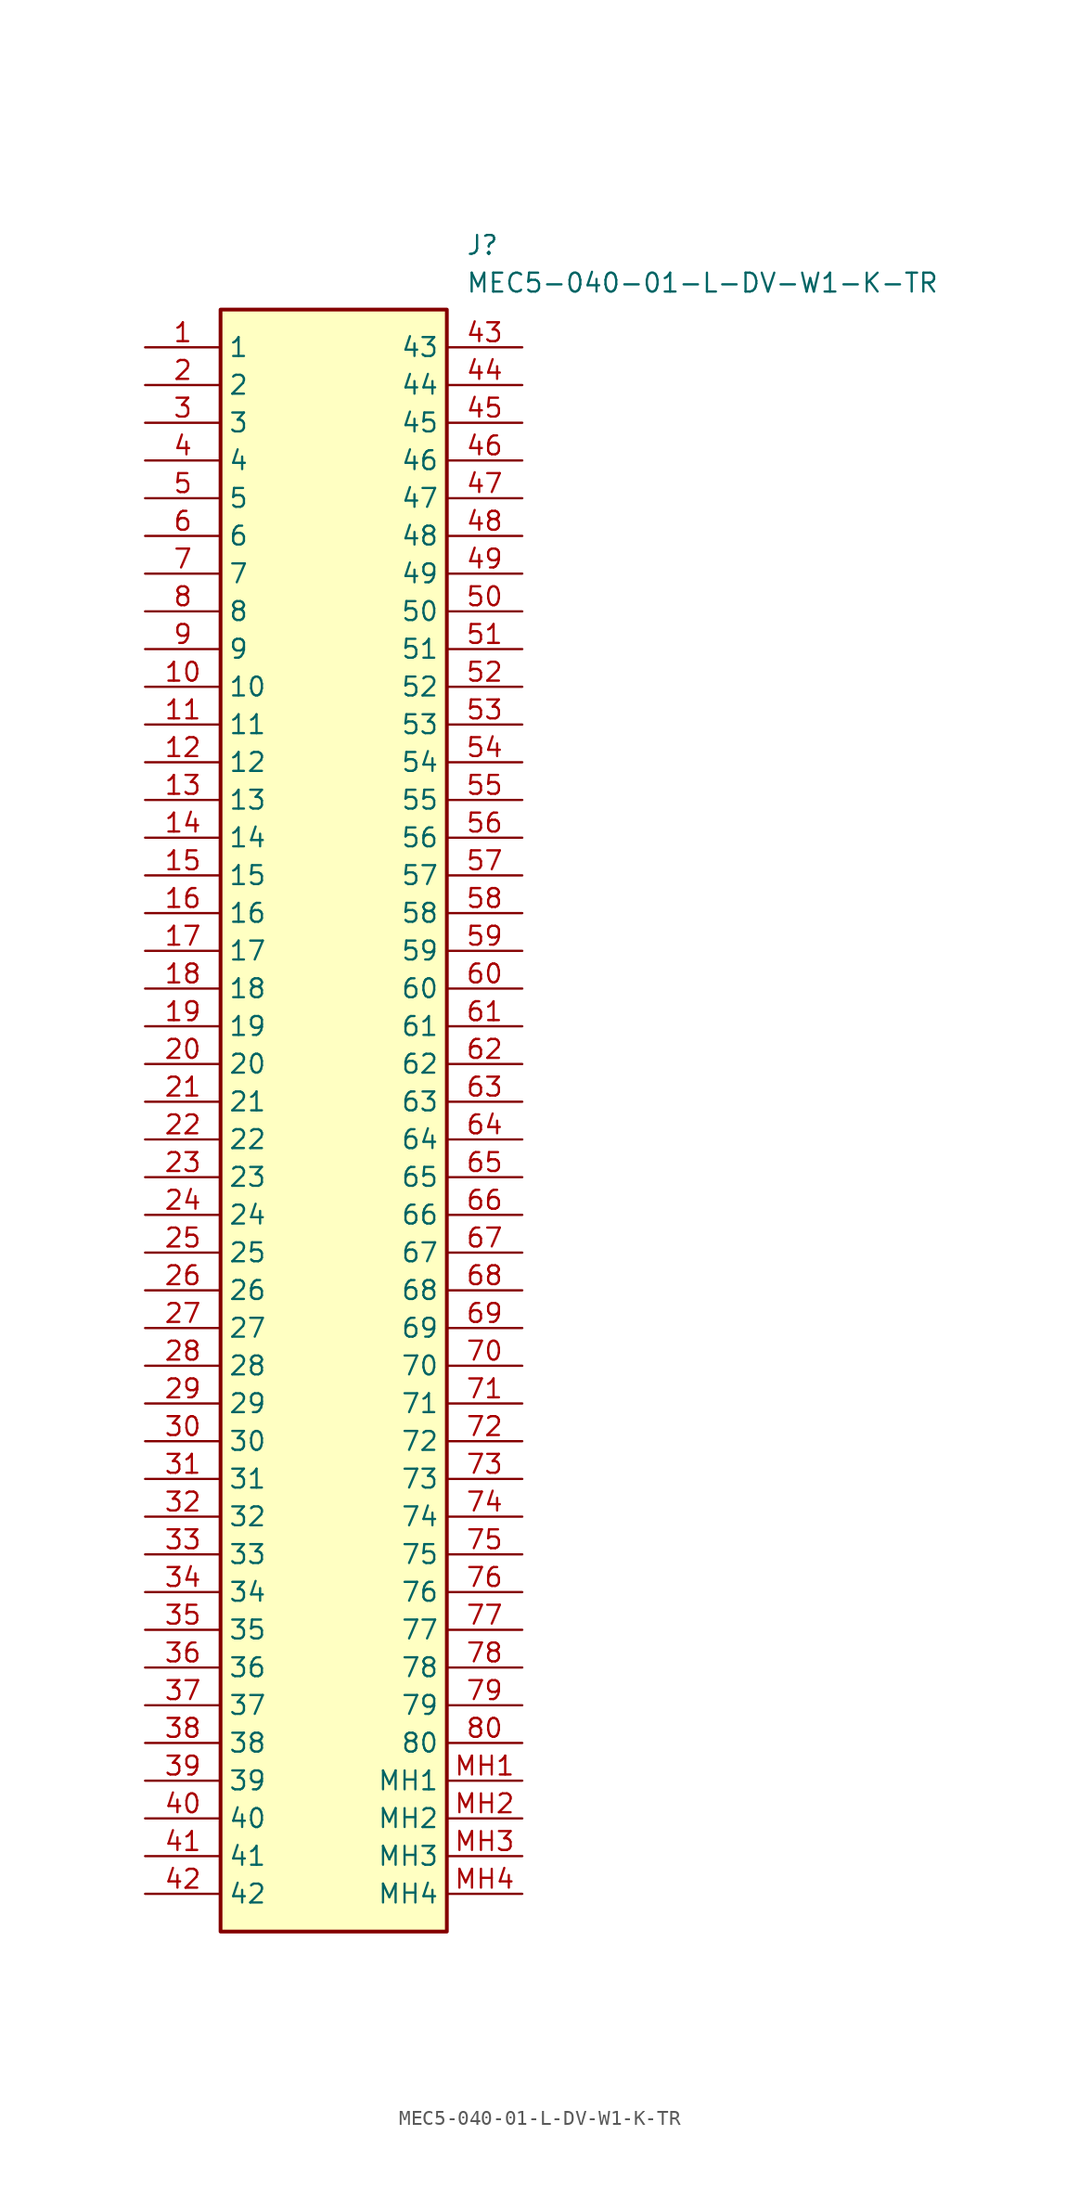
<source format=kicad_sym>
(kicad_symbol_lib
  (version 20211014)
  (generator SamacSys_ECAD_Model)
  (symbol "MEC5-040-01-L-DV-W1-K-TR"
    (property "Reference" "J"
      (at 21.59 7.62 0)
      (effects (font (size 1.27 1.27)) (justify left top)))
    (property "Value" "MEC5-040-01-L-DV-W1-K-TR"
      (at 21.59 5.08 0)
      (effects (font (size 1.27 1.27)) (justify left top)))
    (rectangle
      (start 5.08 2.54)
      (end 20.32 -106.68)
      (stroke (width 0.254) (type default))
      (fill (type background)))
    (pin passive line
      (at 0 0 0)
      (length 5.08)
      (name "1" (effects (font (size 1.27 1.27))))
      (number "1" (effects (font (size 1.27 1.27)))))
    (pin passive line
      (at 0 -2.54 0)
      (length 5.08)
      (name "2" (effects (font (size 1.27 1.27))))
      (number "2" (effects (font (size 1.27 1.27)))))
    (pin passive line
      (at 0 -5.08 0)
      (length 5.08)
      (name "3" (effects (font (size 1.27 1.27))))
      (number "3" (effects (font (size 1.27 1.27)))))
    (pin passive line
      (at 0 -7.62 0)
      (length 5.08)
      (name "4" (effects (font (size 1.27 1.27))))
      (number "4" (effects (font (size 1.27 1.27)))))
    (pin passive line
      (at 0 -10.16 0)
      (length 5.08)
      (name "5" (effects (font (size 1.27 1.27))))
      (number "5" (effects (font (size 1.27 1.27)))))
    (pin passive line
      (at 0 -12.7 0)
      (length 5.08)
      (name "6" (effects (font (size 1.27 1.27))))
      (number "6" (effects (font (size 1.27 1.27)))))
    (pin passive line
      (at 0 -15.24 0)
      (length 5.08)
      (name "7" (effects (font (size 1.27 1.27))))
      (number "7" (effects (font (size 1.27 1.27)))))
    (pin passive line
      (at 0 -17.78 0)
      (length 5.08)
      (name "8" (effects (font (size 1.27 1.27))))
      (number "8" (effects (font (size 1.27 1.27)))))
    (pin passive line
      (at 0 -20.32 0)
      (length 5.08)
      (name "9" (effects (font (size 1.27 1.27))))
      (number "9" (effects (font (size 1.27 1.27)))))
    (pin passive line
      (at 0 -22.86 0)
      (length 5.08)
      (name "10" (effects (font (size 1.27 1.27))))
      (number "10" (effects (font (size 1.27 1.27)))))
    (pin passive line
      (at 0 -25.4 0)
      (length 5.08)
      (name "11" (effects (font (size 1.27 1.27))))
      (number "11" (effects (font (size 1.27 1.27)))))
    (pin passive line
      (at 0 -27.94 0)
      (length 5.08)
      (name "12" (effects (font (size 1.27 1.27))))
      (number "12" (effects (font (size 1.27 1.27)))))
    (pin passive line
      (at 0 -30.48 0)
      (length 5.08)
      (name "13" (effects (font (size 1.27 1.27))))
      (number "13" (effects (font (size 1.27 1.27)))))
    (pin passive line
      (at 0 -33.02 0)
      (length 5.08)
      (name "14" (effects (font (size 1.27 1.27))))
      (number "14" (effects (font (size 1.27 1.27)))))
    (pin passive line
      (at 0 -35.56 0)
      (length 5.08)
      (name "15" (effects (font (size 1.27 1.27))))
      (number "15" (effects (font (size 1.27 1.27)))))
    (pin passive line
      (at 0 -38.1 0)
      (length 5.08)
      (name "16" (effects (font (size 1.27 1.27))))
      (number "16" (effects (font (size 1.27 1.27)))))
    (pin passive line
      (at 0 -40.64 0)
      (length 5.08)
      (name "17" (effects (font (size 1.27 1.27))))
      (number "17" (effects (font (size 1.27 1.27)))))
    (pin passive line
      (at 0 -43.18 0)
      (length 5.08)
      (name "18" (effects (font (size 1.27 1.27))))
      (number "18" (effects (font (size 1.27 1.27)))))
    (pin passive line
      (at 0 -45.72 0)
      (length 5.08)
      (name "19" (effects (font (size 1.27 1.27))))
      (number "19" (effects (font (size 1.27 1.27)))))
    (pin passive line
      (at 0 -48.26 0)
      (length 5.08)
      (name "20" (effects (font (size 1.27 1.27))))
      (number "20" (effects (font (size 1.27 1.27)))))
    (pin passive line
      (at 0 -50.8 0)
      (length 5.08)
      (name "21" (effects (font (size 1.27 1.27))))
      (number "21" (effects (font (size 1.27 1.27)))))
    (pin passive line
      (at 0 -53.34 0)
      (length 5.08)
      (name "22" (effects (font (size 1.27 1.27))))
      (number "22" (effects (font (size 1.27 1.27)))))
    (pin passive line
      (at 0 -55.88 0)
      (length 5.08)
      (name "23" (effects (font (size 1.27 1.27))))
      (number "23" (effects (font (size 1.27 1.27)))))
    (pin passive line
      (at 0 -58.42 0)
      (length 5.08)
      (name "24" (effects (font (size 1.27 1.27))))
      (number "24" (effects (font (size 1.27 1.27)))))
    (pin passive line
      (at 0 -60.96 0)
      (length 5.08)
      (name "25" (effects (font (size 1.27 1.27))))
      (number "25" (effects (font (size 1.27 1.27)))))
    (pin passive line
      (at 0 -63.5 0)
      (length 5.08)
      (name "26" (effects (font (size 1.27 1.27))))
      (number "26" (effects (font (size 1.27 1.27)))))
    (pin passive line
      (at 0 -66.04 0)
      (length 5.08)
      (name "27" (effects (font (size 1.27 1.27))))
      (number "27" (effects (font (size 1.27 1.27)))))
    (pin passive line
      (at 0 -68.58 0)
      (length 5.08)
      (name "28" (effects (font (size 1.27 1.27))))
      (number "28" (effects (font (size 1.27 1.27)))))
    (pin passive line
      (at 0 -71.12 0)
      (length 5.08)
      (name "29" (effects (font (size 1.27 1.27))))
      (number "29" (effects (font (size 1.27 1.27)))))
    (pin passive line
      (at 0 -73.66 0)
      (length 5.08)
      (name "30" (effects (font (size 1.27 1.27))))
      (number "30" (effects (font (size 1.27 1.27)))))
    (pin passive line
      (at 0 -76.2 0)
      (length 5.08)
      (name "31" (effects (font (size 1.27 1.27))))
      (number "31" (effects (font (size 1.27 1.27)))))
    (pin passive line
      (at 0 -78.74 0)
      (length 5.08)
      (name "32" (effects (font (size 1.27 1.27))))
      (number "32" (effects (font (size 1.27 1.27)))))
    (pin passive line
      (at 0 -81.28 0)
      (length 5.08)
      (name "33" (effects (font (size 1.27 1.27))))
      (number "33" (effects (font (size 1.27 1.27)))))
    (pin passive line
      (at 0 -83.82 0)
      (length 5.08)
      (name "34" (effects (font (size 1.27 1.27))))
      (number "34" (effects (font (size 1.27 1.27)))))
    (pin passive line
      (at 0 -86.36 0)
      (length 5.08)
      (name "35" (effects (font (size 1.27 1.27))))
      (number "35" (effects (font (size 1.27 1.27)))))
    (pin passive line
      (at 0 -88.9 0)
      (length 5.08)
      (name "36" (effects (font (size 1.27 1.27))))
      (number "36" (effects (font (size 1.27 1.27)))))
    (pin passive line
      (at 0 -91.44 0)
      (length 5.08)
      (name "37" (effects (font (size 1.27 1.27))))
      (number "37" (effects (font (size 1.27 1.27)))))
    (pin passive line
      (at 0 -93.98 0)
      (length 5.08)
      (name "38" (effects (font (size 1.27 1.27))))
      (number "38" (effects (font (size 1.27 1.27)))))
    (pin passive line
      (at 0 -96.52 0)
      (length 5.08)
      (name "39" (effects (font (size 1.27 1.27))))
      (number "39" (effects (font (size 1.27 1.27)))))
    (pin passive line
      (at 0 -99.06 0)
      (length 5.08)
      (name "40" (effects (font (size 1.27 1.27))))
      (number "40" (effects (font (size 1.27 1.27)))))
    (pin passive line
      (at 0 -101.6 0)
      (length 5.08)
      (name "41" (effects (font (size 1.27 1.27))))
      (number "41" (effects (font (size 1.27 1.27)))))
    (pin passive line
      (at 0 -104.14 0)
      (length 5.08)
      (name "42" (effects (font (size 1.27 1.27))))
      (number "42" (effects (font (size 1.27 1.27)))))
    (pin passive line
      (at 25.4 0 180)
      (length 5.08)
      (name "43" (effects (font (size 1.27 1.27))))
      (number "43" (effects (font (size 1.27 1.27)))))
    (pin passive line
      (at 25.4 -2.54 180)
      (length 5.08)
      (name "44" (effects (font (size 1.27 1.27))))
      (number "44" (effects (font (size 1.27 1.27)))))
    (pin passive line
      (at 25.4 -5.08 180)
      (length 5.08)
      (name "45" (effects (font (size 1.27 1.27))))
      (number "45" (effects (font (size 1.27 1.27)))))
    (pin passive line
      (at 25.4 -7.62 180)
      (length 5.08)
      (name "46" (effects (font (size 1.27 1.27))))
      (number "46" (effects (font (size 1.27 1.27)))))
    (pin passive line
      (at 25.4 -10.16 180)
      (length 5.08)
      (name "47" (effects (font (size 1.27 1.27))))
      (number "47" (effects (font (size 1.27 1.27)))))
    (pin passive line
      (at 25.4 -12.7 180)
      (length 5.08)
      (name "48" (effects (font (size 1.27 1.27))))
      (number "48" (effects (font (size 1.27 1.27)))))
    (pin passive line
      (at 25.4 -15.24 180)
      (length 5.08)
      (name "49" (effects (font (size 1.27 1.27))))
      (number "49" (effects (font (size 1.27 1.27)))))
    (pin passive line
      (at 25.4 -17.78 180)
      (length 5.08)
      (name "50" (effects (font (size 1.27 1.27))))
      (number "50" (effects (font (size 1.27 1.27)))))
    (pin passive line
      (at 25.4 -20.32 180)
      (length 5.08)
      (name "51" (effects (font (size 1.27 1.27))))
      (number "51" (effects (font (size 1.27 1.27)))))
    (pin passive line
      (at 25.4 -22.86 180)
      (length 5.08)
      (name "52" (effects (font (size 1.27 1.27))))
      (number "52" (effects (font (size 1.27 1.27)))))
    (pin passive line
      (at 25.4 -25.4 180)
      (length 5.08)
      (name "53" (effects (font (size 1.27 1.27))))
      (number "53" (effects (font (size 1.27 1.27)))))
    (pin passive line
      (at 25.4 -27.94 180)
      (length 5.08)
      (name "54" (effects (font (size 1.27 1.27))))
      (number "54" (effects (font (size 1.27 1.27)))))
    (pin passive line
      (at 25.4 -30.48 180)
      (length 5.08)
      (name "55" (effects (font (size 1.27 1.27))))
      (number "55" (effects (font (size 1.27 1.27)))))
    (pin passive line
      (at 25.4 -33.02 180)
      (length 5.08)
      (name "56" (effects (font (size 1.27 1.27))))
      (number "56" (effects (font (size 1.27 1.27)))))
    (pin passive line
      (at 25.4 -35.56 180)
      (length 5.08)
      (name "57" (effects (font (size 1.27 1.27))))
      (number "57" (effects (font (size 1.27 1.27)))))
    (pin passive line
      (at 25.4 -38.1 180)
      (length 5.08)
      (name "58" (effects (font (size 1.27 1.27))))
      (number "58" (effects (font (size 1.27 1.27)))))
    (pin passive line
      (at 25.4 -40.64 180)
      (length 5.08)
      (name "59" (effects (font (size 1.27 1.27))))
      (number "59" (effects (font (size 1.27 1.27)))))
    (pin passive line
      (at 25.4 -43.18 180)
      (length 5.08)
      (name "60" (effects (font (size 1.27 1.27))))
      (number "60" (effects (font (size 1.27 1.27)))))
    (pin passive line
      (at 25.4 -45.72 180)
      (length 5.08)
      (name "61" (effects (font (size 1.27 1.27))))
      (number "61" (effects (font (size 1.27 1.27)))))
    (pin passive line
      (at 25.4 -48.26 180)
      (length 5.08)
      (name "62" (effects (font (size 1.27 1.27))))
      (number "62" (effects (font (size 1.27 1.27)))))
    (pin passive line
      (at 25.4 -50.8 180)
      (length 5.08)
      (name "63" (effects (font (size 1.27 1.27))))
      (number "63" (effects (font (size 1.27 1.27)))))
    (pin passive line
      (at 25.4 -53.34 180)
      (length 5.08)
      (name "64" (effects (font (size 1.27 1.27))))
      (number "64" (effects (font (size 1.27 1.27)))))
    (pin passive line
      (at 25.4 -55.88 180)
      (length 5.08)
      (name "65" (effects (font (size 1.27 1.27))))
      (number "65" (effects (font (size 1.27 1.27)))))
    (pin passive line
      (at 25.4 -58.42 180)
      (length 5.08)
      (name "66" (effects (font (size 1.27 1.27))))
      (number "66" (effects (font (size 1.27 1.27)))))
    (pin passive line
      (at 25.4 -60.96 180)
      (length 5.08)
      (name "67" (effects (font (size 1.27 1.27))))
      (number "67" (effects (font (size 1.27 1.27)))))
    (pin passive line
      (at 25.4 -63.5 180)
      (length 5.08)
      (name "68" (effects (font (size 1.27 1.27))))
      (number "68" (effects (font (size 1.27 1.27)))))
    (pin passive line
      (at 25.4 -66.04 180)
      (length 5.08)
      (name "69" (effects (font (size 1.27 1.27))))
      (number "69" (effects (font (size 1.27 1.27)))))
    (pin passive line
      (at 25.4 -68.58 180)
      (length 5.08)
      (name "70" (effects (font (size 1.27 1.27))))
      (number "70" (effects (font (size 1.27 1.27)))))
    (pin passive line
      (at 25.4 -71.12 180)
      (length 5.08)
      (name "71" (effects (font (size 1.27 1.27))))
      (number "71" (effects (font (size 1.27 1.27)))))
    (pin passive line
      (at 25.4 -73.66 180)
      (length 5.08)
      (name "72" (effects (font (size 1.27 1.27))))
      (number "72" (effects (font (size 1.27 1.27)))))
    (pin passive line
      (at 25.4 -76.2 180)
      (length 5.08)
      (name "73" (effects (font (size 1.27 1.27))))
      (number "73" (effects (font (size 1.27 1.27)))))
    (pin passive line
      (at 25.4 -78.74 180)
      (length 5.08)
      (name "74" (effects (font (size 1.27 1.27))))
      (number "74" (effects (font (size 1.27 1.27)))))
    (pin passive line
      (at 25.4 -81.28 180)
      (length 5.08)
      (name "75" (effects (font (size 1.27 1.27))))
      (number "75" (effects (font (size 1.27 1.27)))))
    (pin passive line
      (at 25.4 -83.82 180)
      (length 5.08)
      (name "76" (effects (font (size 1.27 1.27))))
      (number "76" (effects (font (size 1.27 1.27)))))
    (pin passive line
      (at 25.4 -86.36 180)
      (length 5.08)
      (name "77" (effects (font (size 1.27 1.27))))
      (number "77" (effects (font (size 1.27 1.27)))))
    (pin passive line
      (at 25.4 -88.9 180)
      (length 5.08)
      (name "78" (effects (font (size 1.27 1.27))))
      (number "78" (effects (font (size 1.27 1.27)))))
    (pin passive line
      (at 25.4 -91.44 180)
      (length 5.08)
      (name "79" (effects (font (size 1.27 1.27))))
      (number "79" (effects (font (size 1.27 1.27)))))
    (pin passive line
      (at 25.4 -93.98 180)
      (length 5.08)
      (name "80" (effects (font (size 1.27 1.27))))
      (number "80" (effects (font (size 1.27 1.27)))))
    (pin passive line
      (at 25.4 -96.52 180)
      (length 5.08)
      (name "MH1" (effects (font (size 1.27 1.27))))
      (number "MH1" (effects (font (size 1.27 1.27)))))
    (pin passive line
      (at 25.4 -99.06 180)
      (length 5.08)
      (name "MH2" (effects (font (size 1.27 1.27))))
      (number "MH2" (effects (font (size 1.27 1.27)))))
    (pin passive line
      (at 25.4 -101.6 180)
      (length 5.08)
      (name "MH3" (effects (font (size 1.27 1.27))))
      (number "MH3" (effects (font (size 1.27 1.27)))))
    (pin passive line
      (at 25.4 -104.14 180)
      (length 5.08)
      (name "MH4" (effects (font (size 1.27 1.27))))
      (number "MH4" (effects (font (size 1.27 1.27)))))))
</source>
